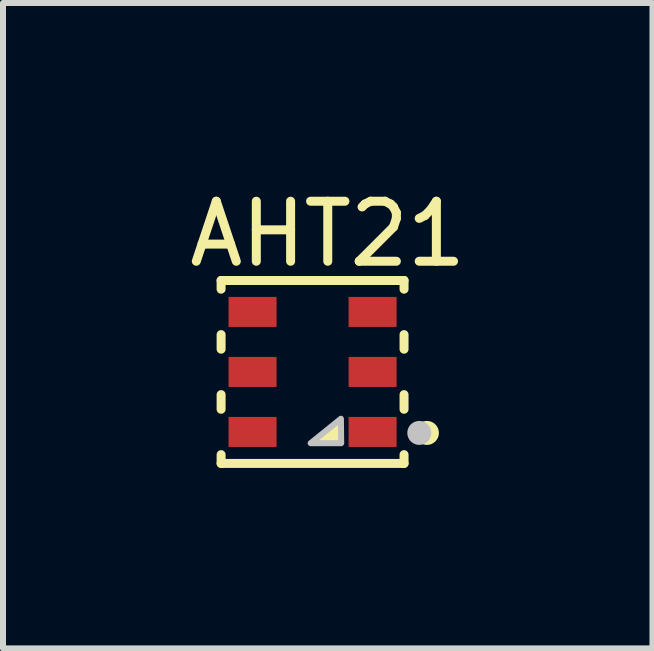
<source format=kicad_pcb>
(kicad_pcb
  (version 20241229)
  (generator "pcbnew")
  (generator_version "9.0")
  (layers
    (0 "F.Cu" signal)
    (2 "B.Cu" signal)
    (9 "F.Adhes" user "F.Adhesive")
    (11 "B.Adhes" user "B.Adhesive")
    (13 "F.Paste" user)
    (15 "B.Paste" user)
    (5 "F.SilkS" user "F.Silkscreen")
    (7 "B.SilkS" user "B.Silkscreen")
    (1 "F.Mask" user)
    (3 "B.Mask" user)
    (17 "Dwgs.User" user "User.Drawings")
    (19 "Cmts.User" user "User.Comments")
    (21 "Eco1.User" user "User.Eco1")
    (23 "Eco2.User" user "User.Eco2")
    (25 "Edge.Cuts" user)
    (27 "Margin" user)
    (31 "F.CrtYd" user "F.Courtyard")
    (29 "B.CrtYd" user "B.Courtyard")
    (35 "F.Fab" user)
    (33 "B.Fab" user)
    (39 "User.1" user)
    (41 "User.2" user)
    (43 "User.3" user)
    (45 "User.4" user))
  (footprint "AHT21"
    (layer "F.Cu")
    (at 2.158 3.147)
    (property "Reference" "AHT21" (at 0.253 -2.299 0) (layer "F.SilkS") (effects (font (size 1 1) (thickness 0.15))))
    (fp_line (start -1.524 -1.524) (end -1.524 -1.379) (stroke (width 0.15) (type default)) (layer "F.SilkS"))
    (fp_line (start -1.524 -0.622) (end -1.524 -0.379) (stroke (width 0.15) (type default)) (layer "F.SilkS"))
    (fp_line (start -1.524 0.378) (end -1.524 0.622) (stroke (width 0.15) (type default)) (layer "F.SilkS"))
    (fp_line (start -1.524 1.378) (end -1.524 1.524) (stroke (width 0.15) (type default)) (layer "F.SilkS"))
    (fp_line (start -1.524 1.524) (end 1.524 1.524) (stroke (width 0.15) (type default)) (layer "F.SilkS"))
    (fp_line (start 1.524 -1.524) (end -1.524 -1.524) (stroke (width 0.15) (type default)) (layer "F.SilkS"))
    (fp_line (start 1.524 -1.379) (end 1.524 -1.524) (stroke (width 0.15) (type default)) (layer "F.SilkS"))
    (fp_line (start 1.524 -0.379) (end 1.524 -0.622) (stroke (width 0.15) (type default)) (layer "F.SilkS"))
    (fp_line (start 1.524 0.622) (end 1.524 0.378) (stroke (width 0.15) (type default)) (layer "F.SilkS"))
    (fp_line (start 1.524 1.524) (end 1.524 1.378) (stroke (width 0.15) (type default)) (layer "F.SilkS"))
    (fp_circle (center 1.905 1.016) (end 2.005 1.016) (stroke (width 0.2) (type default)) (fill no) (layer "F.SilkS"))
    (fp_poly (pts (xy -0.028 1.186) (xy 0.48 1.187) (xy 0.475 0.78)) (stroke (width 0) (type default)) (fill yes) (layer "F.SilkS"))
    (fp_circle (center 1.778 1.016) (end 1.878 1.016) (stroke (width 0.2) (type default)) (fill no) (layer "Dwgs.User"))
    (fp_poly (pts (xy -0.032 1.187) (xy 0.477 1.187) (xy 0.472 0.78)) (stroke (width 0.1) (type default)) (fill no) (layer "Dwgs.User"))
    (fp_poly (pts (xy -0.725 -0.8) (xy -1.275 -0.8) (xy -1.275 -1.2) (xy -0.725 -1.2)) (stroke (width 0.1) (type default)) (fill no) (layer "User.1"))
    (fp_poly (pts (xy -0.725 0.2) (xy -1.275 0.2) (xy -1.275 -0.2) (xy -0.725 -0.2)) (stroke (width 0.1) (type default)) (fill no) (layer "User.1"))
    (fp_poly (pts (xy -0.725 1.2) (xy -1.275 1.2) (xy -1.275 0.8) (xy -0.725 0.8)) (stroke (width 0.1) (type default)) (fill no) (layer "User.1"))
    (fp_poly (pts (xy 1.275 -0.8) (xy 0.725 -0.8) (xy 0.725 -1.2) (xy 1.275 -1.2)) (stroke (width 0.1) (type default)) (fill no) (layer "User.1"))
    (fp_poly (pts (xy 1.275 0.2) (xy 0.725 0.2) (xy 0.725 -0.2) (xy 1.275 -0.2)) (stroke (width 0.1) (type default)) (fill no) (layer "User.1"))
    (fp_poly (pts (xy 1.275 1.2) (xy 0.725 1.2) (xy 0.725 0.8) (xy 1.275 0.8)) (stroke (width 0.1) (type default)) (fill no) (layer "User.1"))
    (fp_line (start -1.5 -1.5) (end 1.5 -1.5) (stroke (width 0.051) (type default)) (layer "User.2"))
    (fp_line (start -1.5 1.5) (end -1.5 -1.5) (stroke (width 0.051) (type default)) (layer "User.2"))
    (fp_line (start 1.5 -1.5) (end 1.5 1.5) (stroke (width 0.051) (type default)) (layer "User.2"))
    (fp_line (start 1.5 1.5) (end -1.5 1.5) (stroke (width 0.051) (type default)) (layer "User.2"))
    (fp_poly (pts (xy 1.555 1.477) (xy 1.523 1.445) (xy 1.477 1.445) (xy 1.445 1.477) (xy 1.445 1.523) (xy 1.477 1.555) (xy 1.523 1.555) (xy 1.555 1.523)) (stroke (width 0.1) (type default)) (fill no) (layer "User.3"))
    (pad "1" smd rect (at 1 1 180) (size 0.8 0.5) (layers "F.Cu" "F.Mask" "F.Paste"))
    (pad "2" smd rect (at 1 0 180) (size 0.8 0.5) (layers "F.Cu" "F.Mask" "F.Paste"))
    (pad "3" smd rect (at 1 -1 180) (size 0.8 0.5) (layers "F.Cu" "F.Mask" "F.Paste"))
    (pad "4" smd rect (at -1 -1 180) (size 0.8 0.5) (layers "F.Cu" "F.Mask" "F.Paste"))
    (pad "5" smd rect (at -1 0 180) (size 0.8 0.5) (layers "F.Cu" "F.Mask" "F.Paste"))
    (pad "6" smd rect (at -1 1 180) (size 0.8 0.5) (layers "F.Cu" "F.Mask" "F.Paste")))
  (gr_rect
    (start -3 -3)
    (end 7.821 7.753)
    (stroke (width 0.1) (type default))
    (fill no)
    (layer "Edge.Cuts")))
</source>
